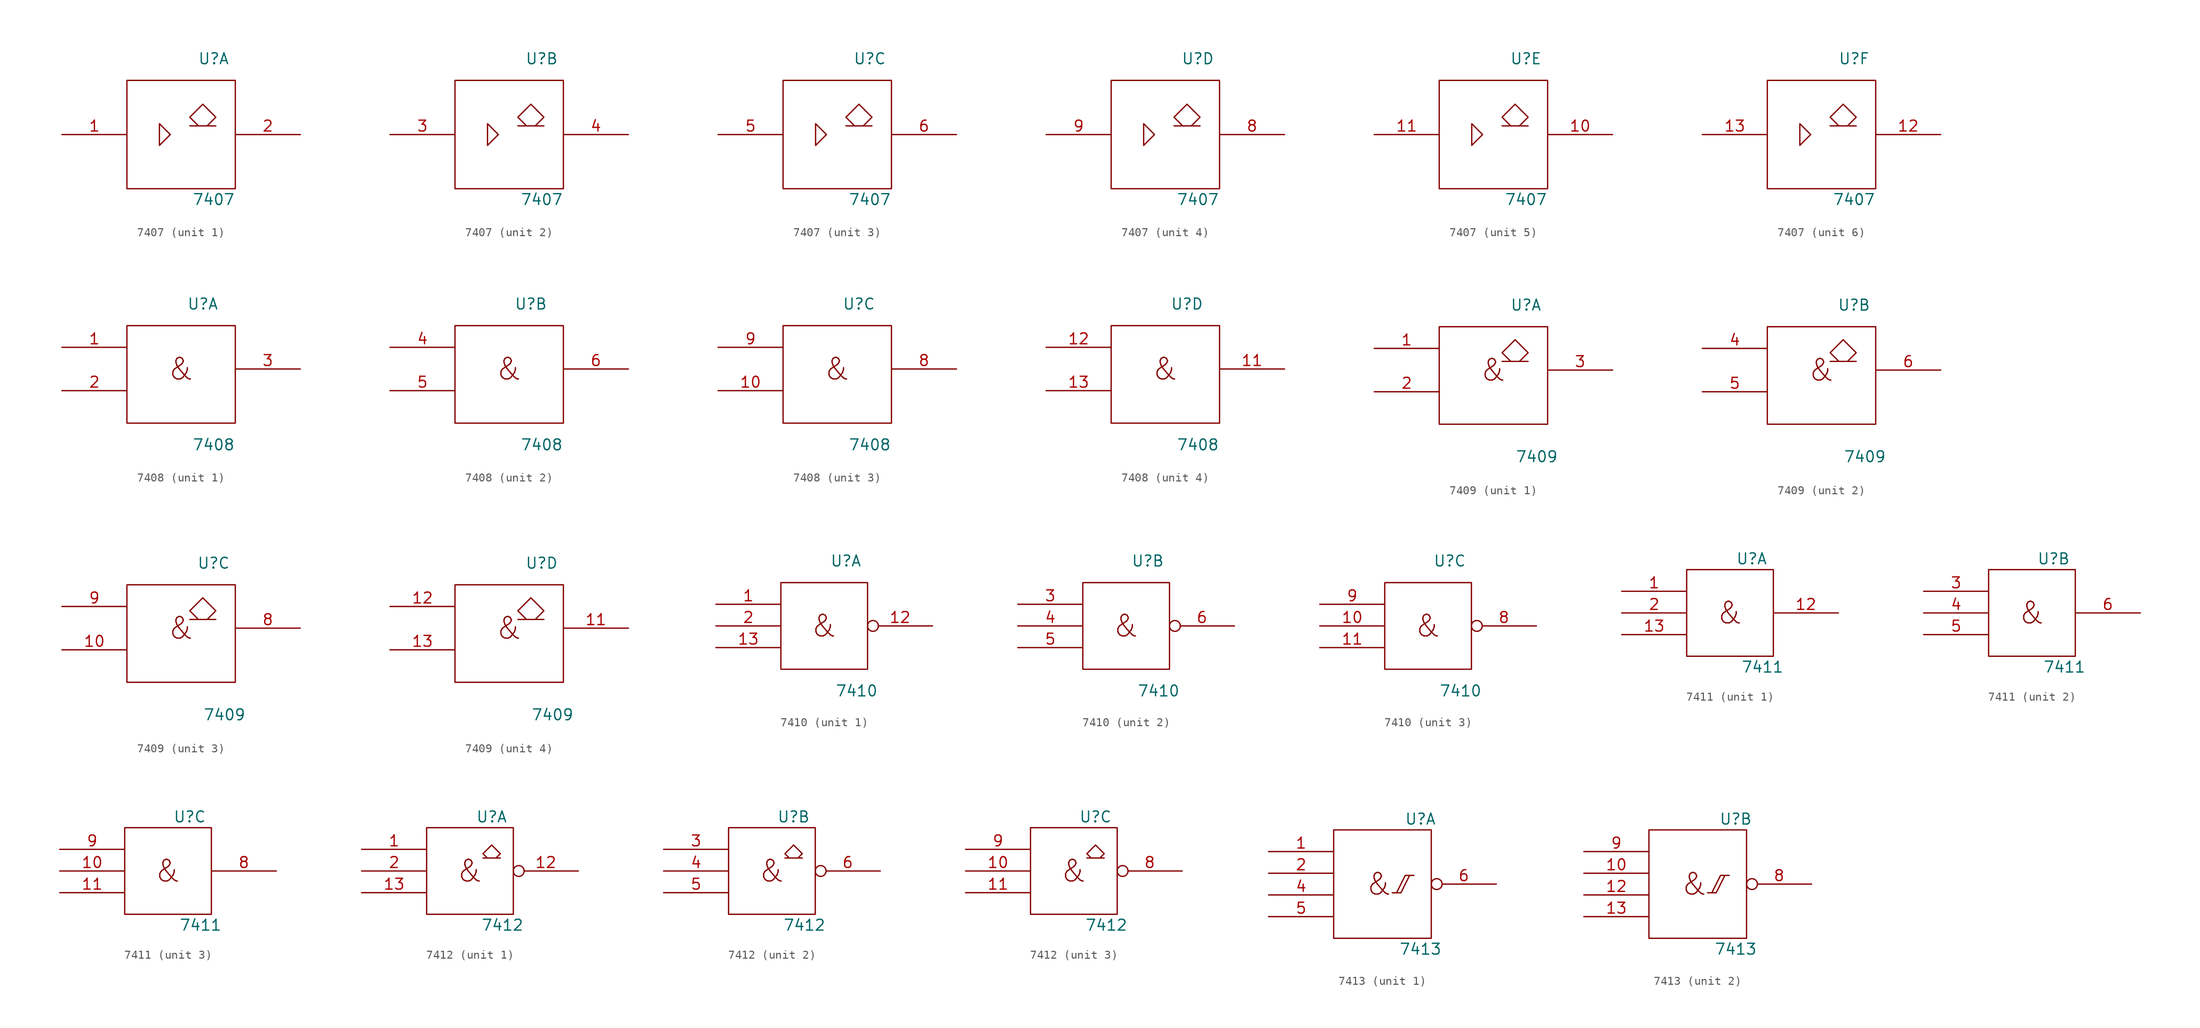
<source format=kicad_sym>
(kicad_symbol_lib
  (version 20201005)
  (generator kicad_symbol_editor)
  (symbol "7407"
    (pin_names
      (offset 0.762))
    (property "Reference" "U"
      (at 3.81 8.89 0)
      (effects (font (size 1.27 1.27))))
    (property "Value" "7407"
      (at 3.81 -7.62 0)
      (effects (font (size 1.27 1.27))))
    (symbol "7407_0_1"
      (rectangle (start -6.35 6.35) (end 6.35 -6.35) (stroke (width 0)) (fill (type none)))
      (polyline (pts (xy 3.048 1.016) (xy 4.064 2.032) (xy 2.54 3.556) (xy 1.016 2.032) (xy 2.032 1.016) (xy 1.016 1.016) (xy 4.064 1.016) (xy 4.064 1.016)) (stroke (width 0)) (fill (type none)))
      (polyline (pts (xy -2.54 1.27) (xy -2.54 -1.27) (xy -1.27 0) (xy -2.54 1.27) (xy -2.54 1.27)) (stroke (width 0)) (fill (type none)))
      (pin power_in line (at 0 6.35 270) (length 0) hide (name "Vcc" (effects (font (size 1.27 1.27)))) (number "14" (effects (font (size 1.27 1.27)))))
      (pin power_in line (at 0 -6.35 90) (length 0) hide (name "Gnd" (effects (font (size 1.27 1.27)))) (number "7" (effects (font (size 1.27 1.27))))))
    (symbol "7407_1_1"
      (pin open_collector line (at 13.97 0 180) (length 7.62) (name "~" (effects (font (size 1.27 1.27)))) (number "2" (effects (font (size 1.27 1.27)))))
      (pin input line (at -13.97 0 0) (length 7.62) (name "~" (effects (font (size 1.27 1.27)))) (number "1" (effects (font (size 1.27 1.27))))))
    (symbol "7407_2_1"
      (pin open_collector line (at 13.97 0 180) (length 7.62) (name "~" (effects (font (size 1.27 1.27)))) (number "4" (effects (font (size 1.27 1.27)))))
      (pin input line (at -13.97 0 0) (length 7.62) (name "~" (effects (font (size 1.27 1.27)))) (number "3" (effects (font (size 1.27 1.27))))))
    (symbol "7407_3_1"
      (pin open_collector line (at 13.97 0 180) (length 7.62) (name "~" (effects (font (size 1.27 1.27)))) (number "6" (effects (font (size 1.27 1.27)))))
      (pin input line (at -13.97 0 0) (length 7.62) (name "~" (effects (font (size 1.27 1.27)))) (number "5" (effects (font (size 1.27 1.27))))))
    (symbol "7407_4_1"
      (pin open_collector line (at 13.97 0 180) (length 7.62) (name "~" (effects (font (size 1.27 1.27)))) (number "8" (effects (font (size 1.27 1.27)))))
      (pin input line (at -13.97 0 0) (length 7.62) (name "~" (effects (font (size 1.27 1.27)))) (number "9" (effects (font (size 1.27 1.27))))))
    (symbol "7407_5_1"
      (pin open_collector line (at 13.97 0 180) (length 7.62) (name "~" (effects (font (size 1.27 1.27)))) (number "10" (effects (font (size 1.27 1.27)))))
      (pin input line (at -13.97 0 0) (length 7.62) (name "~" (effects (font (size 1.27 1.27)))) (number "11" (effects (font (size 1.27 1.27))))))
    (symbol "7407_6_1"
      (pin open_collector line (at 13.97 0 180) (length 7.62) (name "~" (effects (font (size 1.27 1.27)))) (number "12" (effects (font (size 1.27 1.27)))))
      (pin input line (at -13.97 0 0) (length 7.62) (name "~" (effects (font (size 1.27 1.27)))) (number "13" (effects (font (size 1.27 1.27)))))))
  (symbol "7408"
    (pin_names
      (offset 0.762))
    (property "Reference" "U"
      (at 2.54 7.62 0)
      (effects (font (size 1.27 1.27))))
    (property "Value" "7408"
      (at 3.81 -8.89 0)
      (effects (font (size 1.27 1.27))))
    (symbol "7408_0_1"
      (text "&" (at 0 0 0) (effects (font (size 2.54 2.54))))
      (rectangle (start -6.35 5.08) (end 6.35 -6.35) (stroke (width 0)) (fill (type none)))
      (pin power_in line (at 0 5.08 270) (length 0) hide (name "Vcc" (effects (font (size 1.27 1.27)))) (number "14" (effects (font (size 1.27 1.27)))))
      (pin power_in line (at 0 -6.35 90) (length 0) hide (name "Gnd" (effects (font (size 1.27 1.27)))) (number "7" (effects (font (size 1.27 1.27))))))
    (symbol "7408_1_1"
      (pin output line (at 13.97 0 180) (length 7.62) (name "~" (effects (font (size 1.27 1.27)))) (number "3" (effects (font (size 1.27 1.27)))))
      (pin input line (at -13.97 -2.54 0) (length 7.62) (name "~" (effects (font (size 1.27 1.27)))) (number "2" (effects (font (size 1.27 1.27)))))
      (pin input line (at -13.97 2.54 0) (length 7.62) (name "~" (effects (font (size 1.27 1.27)))) (number "1" (effects (font (size 1.27 1.27))))))
    (symbol "7408_2_1"
      (pin input line (at 13.97 0 180) (length 7.62) (name "~" (effects (font (size 1.27 1.27)))) (number "6" (effects (font (size 1.27 1.27)))))
      (pin input line (at -13.97 -2.54 0) (length 7.62) (name "~" (effects (font (size 1.27 1.27)))) (number "5" (effects (font (size 1.27 1.27)))))
      (pin input line (at -13.97 2.54 0) (length 7.62) (name "~" (effects (font (size 1.27 1.27)))) (number "4" (effects (font (size 1.27 1.27))))))
    (symbol "7408_3_1"
      (pin input line (at 13.97 0 180) (length 7.62) (name "~" (effects (font (size 1.27 1.27)))) (number "8" (effects (font (size 1.27 1.27)))))
      (pin input line (at -13.97 -2.54 0) (length 7.62) (name "~" (effects (font (size 1.27 1.27)))) (number "10" (effects (font (size 1.27 1.27)))))
      (pin input line (at -13.97 2.54 0) (length 7.62) (name "~" (effects (font (size 1.27 1.27)))) (number "9" (effects (font (size 1.27 1.27))))))
    (symbol "7408_4_1"
      (pin input line (at 13.97 0 180) (length 7.62) (name "~" (effects (font (size 1.27 1.27)))) (number "11" (effects (font (size 1.27 1.27)))))
      (pin input line (at -13.97 -2.54 0) (length 7.62) (name "~" (effects (font (size 1.27 1.27)))) (number "13" (effects (font (size 1.27 1.27)))))
      (pin input line (at -13.97 2.54 0) (length 7.62) (name "~" (effects (font (size 1.27 1.27)))) (number "12" (effects (font (size 1.27 1.27)))))))
  (symbol "7409"
    (pin_names
      (offset 0.762))
    (property "Reference" "U"
      (at 3.81 7.62 0)
      (effects (font (size 1.27 1.27))))
    (property "Value" "7409"
      (at 5.08 -10.16 0)
      (effects (font (size 1.27 1.27))))
    (symbol "7409_0_1"
      (text "&" (at 0 0 0) (effects (font (size 2.54 2.54))))
      (rectangle (start -6.35 5.08) (end 6.35 -6.35) (stroke (width 0)) (fill (type none)))
      (polyline (pts (xy 1.016 2.032) (xy 2.032 1.016) (xy 1.016 2.032) (xy 2.54 3.556) (xy 4.064 2.032) (xy 3.048 1.016) (xy 4.064 1.016) (xy 1.016 1.016) (xy 1.016 1.016)) (stroke (width 0)) (fill (type none)))
      (pin power_in line (at 0 5.08 270) (length 0) hide (name "Vcc" (effects (font (size 1.27 1.27)))) (number "14" (effects (font (size 1.27 1.27)))))
      (pin power_in line (at 0 -6.35 90) (length 0) hide (name "Gnd" (effects (font (size 1.27 1.27)))) (number "7" (effects (font (size 1.27 1.27))))))
    (symbol "7409_1_1"
      (pin open_collector line (at 13.97 0 180) (length 7.62) (name "~" (effects (font (size 1.27 1.27)))) (number "3" (effects (font (size 1.27 1.27)))))
      (pin input line (at -13.97 -2.54 0) (length 7.62) (name "~" (effects (font (size 1.27 1.27)))) (number "2" (effects (font (size 1.27 1.27)))))
      (pin input line (at -13.97 2.54 0) (length 7.62) (name "~" (effects (font (size 1.27 1.27)))) (number "1" (effects (font (size 1.27 1.27))))))
    (symbol "7409_2_1"
      (pin open_collector line (at 13.97 0 180) (length 7.62) (name "~" (effects (font (size 1.27 1.27)))) (number "6" (effects (font (size 1.27 1.27)))))
      (pin input line (at -13.97 -2.54 0) (length 7.62) (name "~" (effects (font (size 1.27 1.27)))) (number "5" (effects (font (size 1.27 1.27)))))
      (pin input line (at -13.97 2.54 0) (length 7.62) (name "~" (effects (font (size 1.27 1.27)))) (number "4" (effects (font (size 1.27 1.27))))))
    (symbol "7409_3_1"
      (pin open_collector line (at 13.97 0 180) (length 7.62) (name "~" (effects (font (size 1.27 1.27)))) (number "8" (effects (font (size 1.27 1.27)))))
      (pin input line (at -13.97 -2.54 0) (length 7.62) (name "~" (effects (font (size 1.27 1.27)))) (number "10" (effects (font (size 1.27 1.27)))))
      (pin input line (at -13.97 2.54 0) (length 7.62) (name "~" (effects (font (size 1.27 1.27)))) (number "9" (effects (font (size 1.27 1.27))))))
    (symbol "7409_4_1"
      (pin open_collector line (at 13.97 0 180) (length 7.62) (name "~" (effects (font (size 1.27 1.27)))) (number "11" (effects (font (size 1.27 1.27)))))
      (pin input line (at -13.97 -2.54 0) (length 7.62) (name "~" (effects (font (size 1.27 1.27)))) (number "13" (effects (font (size 1.27 1.27)))))
      (pin input line (at -13.97 2.54 0) (length 7.62) (name "~" (effects (font (size 1.27 1.27)))) (number "12" (effects (font (size 1.27 1.27)))))))
  (symbol "7410"
    (pin_names
      (offset 0.762))
    (property "Reference" "U"
      (at 2.54 7.62 0)
      (effects (font (size 1.27 1.27))))
    (property "Value" "7410"
      (at 3.81 -7.62 0)
      (effects (font (size 1.27 1.27))))
    (symbol "7410_0_0"
      (text "&" (at 0 0 0) (effects (font (size 2.54 2.54)))))
    (symbol "7410_0_1"
      (rectangle (start -5.08 5.08) (end 5.08 -5.08) (stroke (width 0)) (fill (type none)))
      (pin power_in line (at 0 5.08 270) (length 0) hide (name "Vcc" (effects (font (size 1.27 1.27)))) (number "14" (effects (font (size 1.27 1.27)))))
      (pin power_in line (at 0 -5.08 90) (length 0) hide (name "Gnd" (effects (font (size 1.27 1.27)))) (number "7" (effects (font (size 1.27 1.27))))))
    (symbol "7410_1_1"
      (pin output inverted (at 12.7 0 180) (length 7.62) (name "~" (effects (font (size 1.27 1.27)))) (number "12" (effects (font (size 1.27 1.27)))))
      (pin input line (at -12.7 -2.54 0) (length 7.62) (name "~" (effects (font (size 1.27 1.27)))) (number "13" (effects (font (size 1.27 1.27)))))
      (pin input line (at -12.7 0 0) (length 7.62) (name "~" (effects (font (size 1.27 1.27)))) (number "2" (effects (font (size 1.27 1.27)))))
      (pin input line (at -12.7 2.54 0) (length 7.62) (name "~" (effects (font (size 1.27 1.27)))) (number "1" (effects (font (size 1.27 1.27))))))
    (symbol "7410_2_1"
      (pin output inverted (at 12.7 0 180) (length 7.62) (name "~" (effects (font (size 1.27 1.27)))) (number "6" (effects (font (size 1.27 1.27)))))
      (pin input line (at -12.7 -2.54 0) (length 7.62) (name "~" (effects (font (size 1.27 1.27)))) (number "5" (effects (font (size 1.27 1.27)))))
      (pin input line (at -12.7 0 0) (length 7.62) (name "~" (effects (font (size 1.27 1.27)))) (number "4" (effects (font (size 1.27 1.27)))))
      (pin input line (at -12.7 2.54 0) (length 7.62) (name "~" (effects (font (size 1.27 1.27)))) (number "3" (effects (font (size 1.27 1.27))))))
    (symbol "7410_3_1"
      (pin output inverted (at 12.7 0 180) (length 7.62) (name "~" (effects (font (size 1.27 1.27)))) (number "8" (effects (font (size 1.27 1.27)))))
      (pin input line (at -12.7 -2.54 0) (length 7.62) (name "~" (effects (font (size 1.27 1.27)))) (number "11" (effects (font (size 1.27 1.27)))))
      (pin input line (at -12.7 0 0) (length 7.62) (name "~" (effects (font (size 1.27 1.27)))) (number "10" (effects (font (size 1.27 1.27)))))
      (pin input line (at -12.7 2.54 0) (length 7.62) (name "~" (effects (font (size 1.27 1.27)))) (number "9" (effects (font (size 1.27 1.27)))))))
  (symbol "7411"
    (pin_names
      (offset 0.762))
    (property "Reference" "U"
      (at 2.54 6.35 0)
      (effects (font (size 1.27 1.27))))
    (property "Value" "7411"
      (at 3.81 -6.35 0)
      (effects (font (size 1.27 1.27))))
    (symbol "7411_0_0"
      (text "&" (at 0 0 0) (effects (font (size 2.54 2.54)))))
    (symbol "7411_0_1"
      (rectangle (start -5.08 5.08) (end 5.08 -5.08) (stroke (width 0)) (fill (type none)))
      (pin power_in line (at 0 5.08 270) (length 0) hide (name "Vcc" (effects (font (size 1.27 1.27)))) (number "14" (effects (font (size 1.27 1.27)))))
      (pin power_in line (at 0 -5.08 90) (length 0) hide (name "Gnd" (effects (font (size 1.27 1.27)))) (number "7" (effects (font (size 1.27 1.27))))))
    (symbol "7411_1_1"
      (pin output line (at 12.7 0 180) (length 7.62) (name "~" (effects (font (size 1.27 1.27)))) (number "12" (effects (font (size 1.27 1.27)))))
      (pin input line (at -12.7 -2.54 0) (length 7.62) (name "~" (effects (font (size 1.27 1.27)))) (number "13" (effects (font (size 1.27 1.27)))))
      (pin input line (at -12.7 0 0) (length 7.62) (name "~" (effects (font (size 1.27 1.27)))) (number "2" (effects (font (size 1.27 1.27)))))
      (pin input line (at -12.7 2.54 0) (length 7.62) (name "~" (effects (font (size 1.27 1.27)))) (number "1" (effects (font (size 1.27 1.27))))))
    (symbol "7411_2_1"
      (pin output line (at 12.7 0 180) (length 7.62) (name "~" (effects (font (size 1.27 1.27)))) (number "6" (effects (font (size 1.27 1.27)))))
      (pin input line (at -12.7 -2.54 0) (length 7.62) (name "~" (effects (font (size 1.27 1.27)))) (number "5" (effects (font (size 1.27 1.27)))))
      (pin input line (at -12.7 0 0) (length 7.62) (name "~" (effects (font (size 1.27 1.27)))) (number "4" (effects (font (size 1.27 1.27)))))
      (pin input line (at -12.7 2.54 0) (length 7.62) (name "~" (effects (font (size 1.27 1.27)))) (number "3" (effects (font (size 1.27 1.27))))))
    (symbol "7411_3_1"
      (pin output line (at 12.7 0 180) (length 7.62) (name "~" (effects (font (size 1.27 1.27)))) (number "8" (effects (font (size 1.27 1.27)))))
      (pin input line (at -12.7 -2.54 0) (length 7.62) (name "~" (effects (font (size 1.27 1.27)))) (number "11" (effects (font (size 1.27 1.27)))))
      (pin input line (at -12.7 0 0) (length 7.62) (name "~" (effects (font (size 1.27 1.27)))) (number "10" (effects (font (size 1.27 1.27)))))
      (pin input line (at -12.7 2.54 0) (length 7.62) (name "~" (effects (font (size 1.27 1.27)))) (number "9" (effects (font (size 1.27 1.27)))))))
  (symbol "7412"
    (pin_names
      (offset 0.762))
    (property "Reference" "U"
      (at 2.54 6.35 0)
      (effects (font (size 1.27 1.27))))
    (property "Value" "7412"
      (at 3.81 -6.35 0)
      (effects (font (size 1.27 1.27))))
    (symbol "7412_0_0"
      (text "&" (at 0 0 0) (effects (font (size 2.54 2.54))))
      (polyline (pts (xy 2.032 1.524) (xy 1.524 2.032) (xy 2.54 3.048) (xy 3.556 2.032) (xy 3.048 1.524) (xy 3.556 1.524) (xy 1.524 1.524) (xy 1.524 1.524)) (stroke (width 0)) (fill (type none))))
    (symbol "7412_0_1"
      (rectangle (start -5.08 5.08) (end 5.08 -5.08) (stroke (width 0)) (fill (type none)))
      (pin power_in line (at 0 5.08 270) (length 0) hide (name "Vcc" (effects (font (size 1.27 1.27)))) (number "14" (effects (font (size 1.27 1.27)))))
      (pin power_in line (at 0 -5.08 90) (length 0) hide (name "Gnd" (effects (font (size 1.27 1.27)))) (number "7" (effects (font (size 1.27 1.27))))))
    (symbol "7412_1_1"
      (pin open_collector inverted (at 12.7 0 180) (length 7.62) (name "~" (effects (font (size 1.27 1.27)))) (number "12" (effects (font (size 1.27 1.27)))))
      (pin input line (at -12.7 -2.54 0) (length 7.62) (name "~" (effects (font (size 1.27 1.27)))) (number "13" (effects (font (size 1.27 1.27)))))
      (pin input line (at -12.7 0 0) (length 7.62) (name "~" (effects (font (size 1.27 1.27)))) (number "2" (effects (font (size 1.27 1.27)))))
      (pin input line (at -12.7 2.54 0) (length 7.62) (name "~" (effects (font (size 1.27 1.27)))) (number "1" (effects (font (size 1.27 1.27))))))
    (symbol "7412_2_1"
      (pin open_collector inverted (at 12.7 0 180) (length 7.62) (name "~" (effects (font (size 1.27 1.27)))) (number "6" (effects (font (size 1.27 1.27)))))
      (pin input line (at -12.7 -2.54 0) (length 7.62) (name "~" (effects (font (size 1.27 1.27)))) (number "5" (effects (font (size 1.27 1.27)))))
      (pin input line (at -12.7 0 0) (length 7.62) (name "~" (effects (font (size 1.27 1.27)))) (number "4" (effects (font (size 1.27 1.27)))))
      (pin input line (at -12.7 2.54 0) (length 7.62) (name "~" (effects (font (size 1.27 1.27)))) (number "3" (effects (font (size 1.27 1.27))))))
    (symbol "7412_3_1"
      (pin open_collector inverted (at 12.7 0 180) (length 7.62) (name "~" (effects (font (size 1.27 1.27)))) (number "8" (effects (font (size 1.27 1.27)))))
      (pin input line (at -12.7 -2.54 0) (length 7.62) (name "~" (effects (font (size 1.27 1.27)))) (number "11" (effects (font (size 1.27 1.27)))))
      (pin input line (at -12.7 0 0) (length 7.62) (name "~" (effects (font (size 1.27 1.27)))) (number "10" (effects (font (size 1.27 1.27)))))
      (pin input line (at -12.7 2.54 0) (length 7.62) (name "~" (effects (font (size 1.27 1.27)))) (number "9" (effects (font (size 1.27 1.27)))))))
  (symbol "7413"
    (pin_names
      (offset 0.762))
    (property "Reference" "U"
      (at 3.81 7.62 0)
      (effects (font (size 1.27 1.27))))
    (property "Value" "7413"
      (at 3.81 -7.62 0)
      (effects (font (size 1.27 1.27))))
    (symbol "7413_0_0"
      (text "&" (at -1.016 0 0) (effects (font (size 2.54 2.54))))
      (polyline (pts (xy 0.508 -1.016) (xy 1.524 -1.016) (xy 2.54 1.016) (xy 3.048 1.016) (xy 2.032 1.016) (xy 1.016 -1.016) (xy 1.016 -1.016)) (stroke (width 0)) (fill (type none))))
    (symbol "7413_0_1"
      (rectangle (start -6.35 6.35) (end 5.08 -6.35) (stroke (width 0)) (fill (type none)))
      (pin power_in line (at 0 6.35 270) (length 0) hide (name "Vdd" (effects (font (size 1.27 1.27)))) (number "14" (effects (font (size 1.27 1.27)))))
      (pin power_in line (at 0 -6.35 90) (length 0) hide (name "Vss" (effects (font (size 1.27 1.27)))) (number "7" (effects (font (size 1.27 1.27))))))
    (symbol "7413_1_1"
      (pin output inverted (at 12.7 0 180) (length 7.62) (name "~" (effects (font (size 1.27 1.27)))) (number "6" (effects (font (size 1.27 1.27)))))
      (pin input line (at -13.97 -3.81 0) (length 7.62) (name "~" (effects (font (size 1.27 1.27)))) (number "5" (effects (font (size 1.27 1.27)))))
      (pin input line (at -13.97 -1.27 0) (length 7.62) (name "~" (effects (font (size 1.27 1.27)))) (number "4" (effects (font (size 1.27 1.27)))))
      (pin input line (at -13.97 1.27 0) (length 7.62) (name "~" (effects (font (size 1.27 1.27)))) (number "2" (effects (font (size 1.27 1.27)))))
      (pin input line (at -13.97 3.81 0) (length 7.62) (name "~" (effects (font (size 1.27 1.27)))) (number "1" (effects (font (size 1.27 1.27))))))
    (symbol "7413_2_1"
      (pin output inverted (at 12.7 0 180) (length 7.62) (name "~" (effects (font (size 1.27 1.27)))) (number "8" (effects (font (size 1.27 1.27)))))
      (pin input line (at -13.97 -3.81 0) (length 7.62) (name "~" (effects (font (size 1.27 1.27)))) (number "13" (effects (font (size 1.27 1.27)))))
      (pin input line (at -13.97 -1.27 0) (length 7.62) (name "~" (effects (font (size 1.27 1.27)))) (number "12" (effects (font (size 1.27 1.27)))))
      (pin input line (at -13.97 1.27 0) (length 7.62) (name "~" (effects (font (size 1.27 1.27)))) (number "10" (effects (font (size 1.27 1.27)))))
      (pin input line (at -13.97 3.81 0) (length 7.62) (name "~" (effects (font (size 1.27 1.27)))) (number "9" (effects (font (size 1.27 1.27))))))))
</source>
